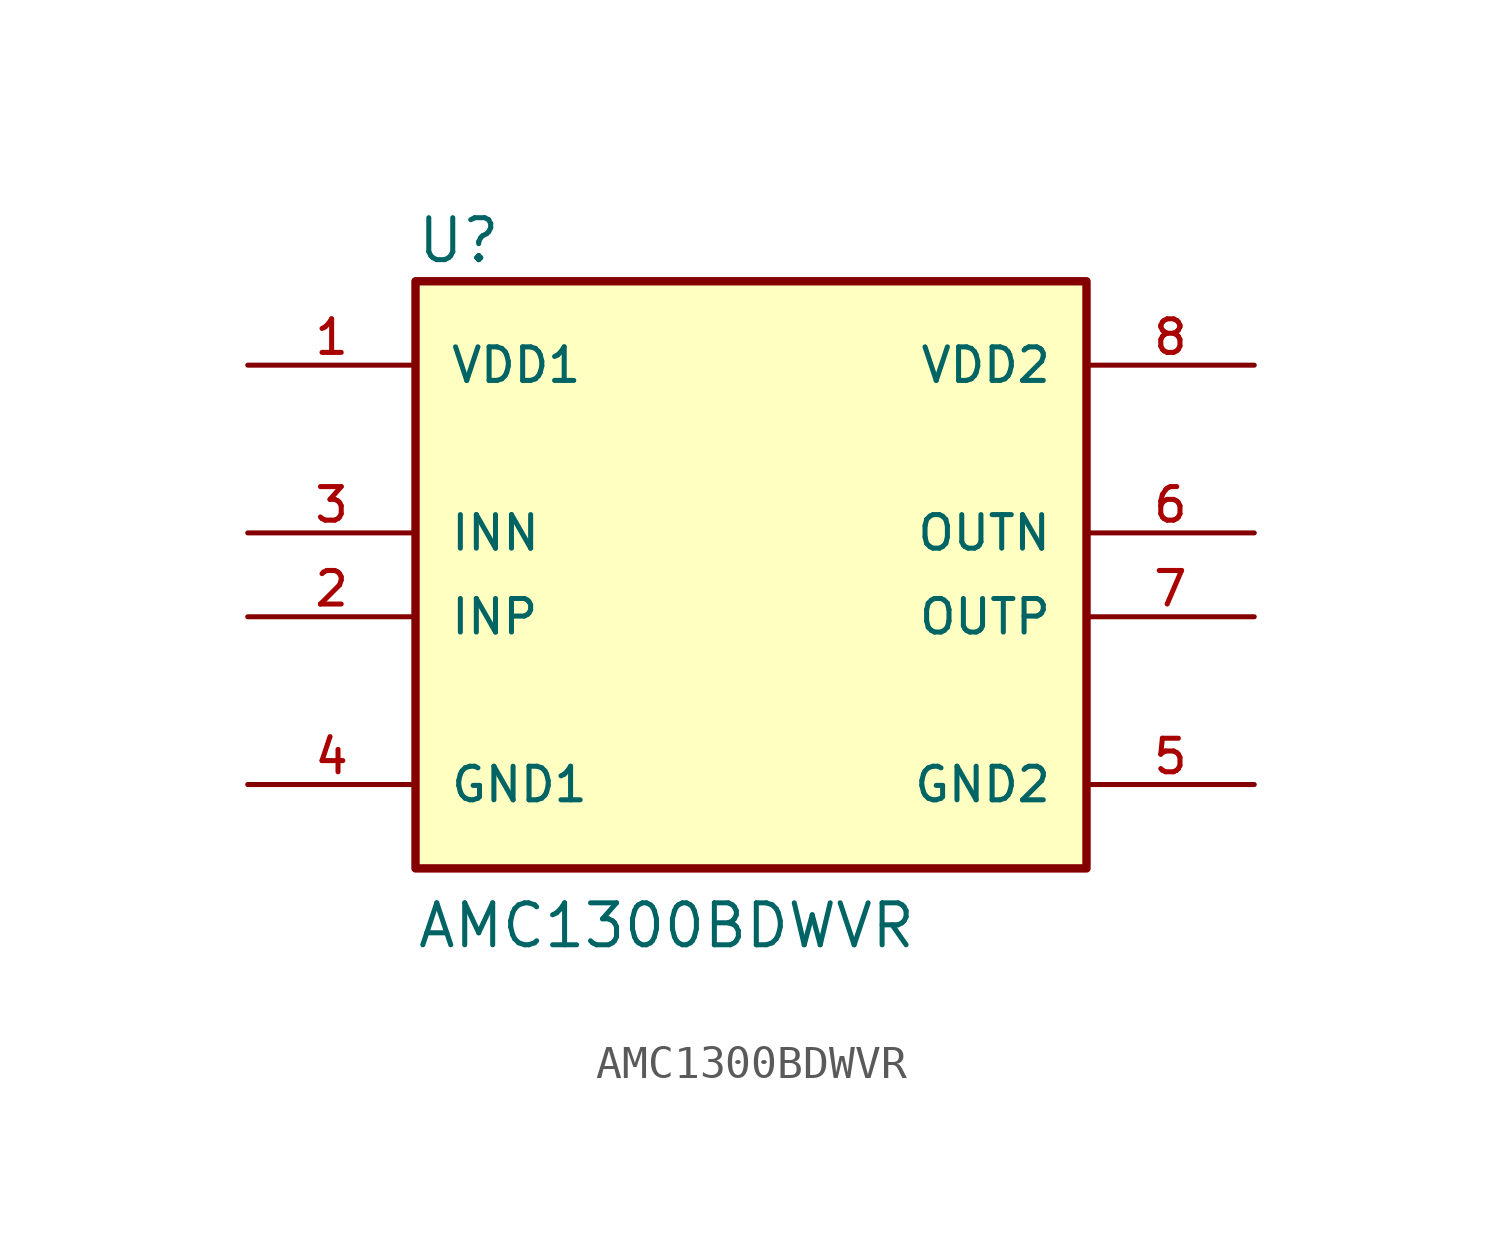
<source format=kicad_sym>
(kicad_symbol_lib
  (version 20211014)
  (generator kicad_symbol_editor)
  (symbol "AMC1300BDWVR"
    (pin_names
      (offset 1.016))
    (property "Reference" "U"
      (at -10.16 8.112 0.0)
      (effects (font (size 1.27 1.27)) (justify bottom left)))
    (property "Value" "AMC1300BDWVR"
      (at -10.16 -12.636 0.0)
      (effects (font (size 1.27 1.27)) (justify bottom left)))
    (symbol "AMC1300BDWVR_0_0"
      (rectangle (start -10.16 -10.16) (end 10.16 7.62) (stroke (width 0.254)) (fill (type background)))
      (pin input line (at -15.24 0.0 0) (length 5.08) (name "INN" (effects (font (size 1.016 1.016)))) (number "3" (effects (font (size 1.016 1.016)))))
      (pin input line (at -15.24 -2.54 0) (length 5.08) (name "INP" (effects (font (size 1.016 1.016)))) (number "2" (effects (font (size 1.016 1.016)))))
      (pin power_in line (at -15.24 5.08 0) (length 5.08) (name "VDD1" (effects (font (size 1.016 1.016)))) (number "1" (effects (font (size 1.016 1.016)))))
      (pin power_in line (at 15.24 5.08 180.0) (length 5.08) (name "VDD2" (effects (font (size 1.016 1.016)))) (number "8" (effects (font (size 1.016 1.016)))))
      (pin output line (at 15.24 0.0 180.0) (length 5.08) (name "OUTN" (effects (font (size 1.016 1.016)))) (number "6" (effects (font (size 1.016 1.016)))))
      (pin output line (at 15.24 -2.54 180.0) (length 5.08) (name "OUTP" (effects (font (size 1.016 1.016)))) (number "7" (effects (font (size 1.016 1.016)))))
      (pin power_in line (at -15.24 -7.62 0) (length 5.08) (name "GND1" (effects (font (size 1.016 1.016)))) (number "4" (effects (font (size 1.016 1.016)))))
      (pin power_in line (at 15.24 -7.62 180.0) (length 5.08) (name "GND2" (effects (font (size 1.016 1.016)))) (number "5" (effects (font (size 1.016 1.016))))))))
</source>
